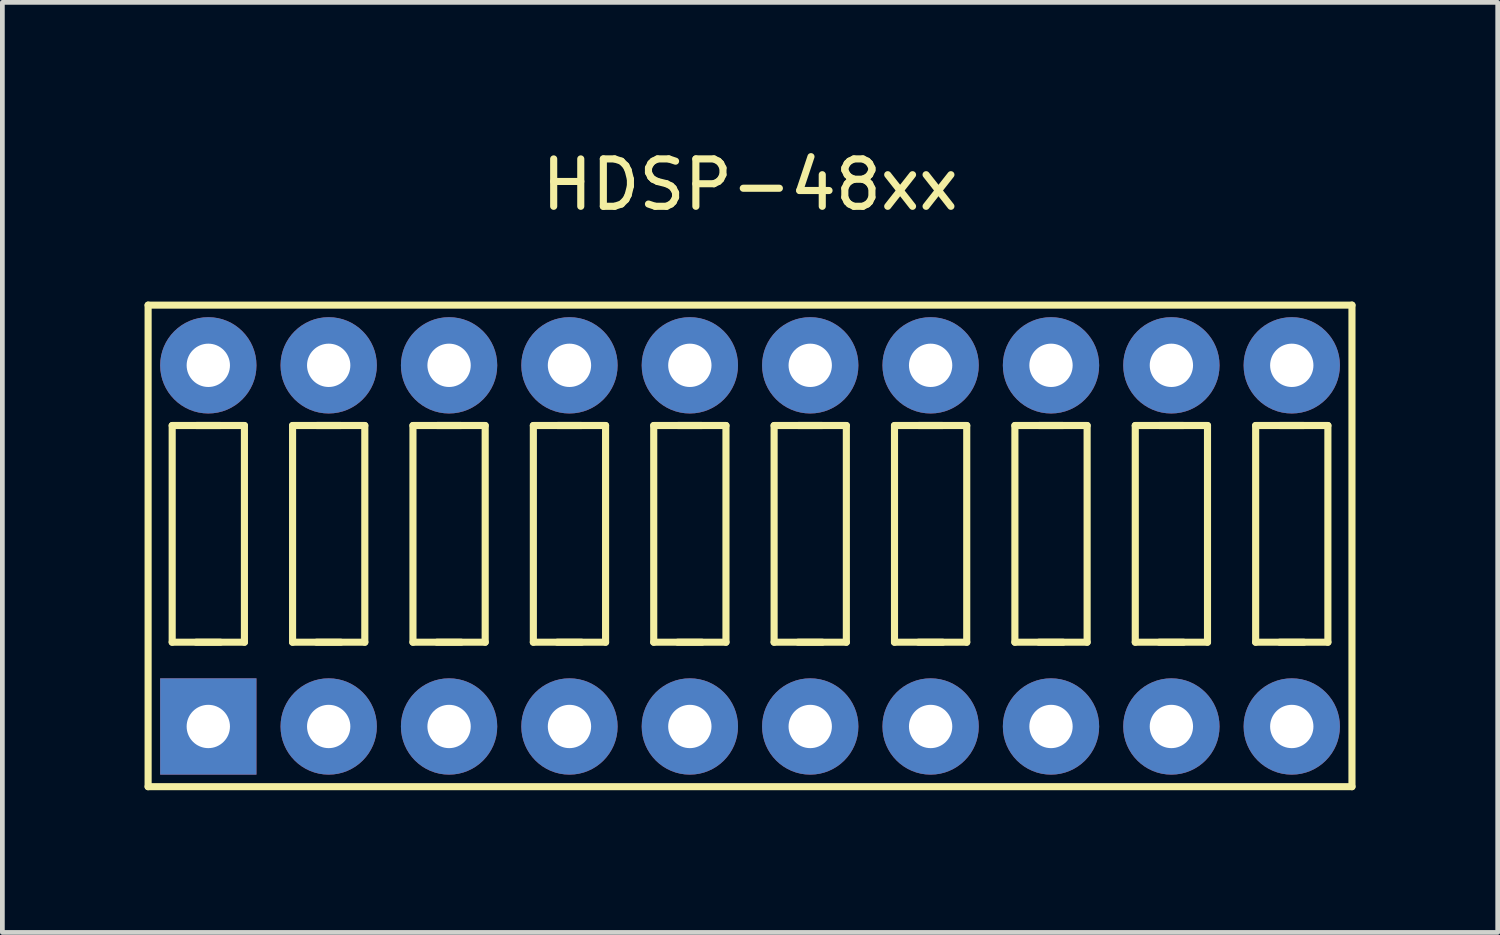
<source format=kicad_pcb>
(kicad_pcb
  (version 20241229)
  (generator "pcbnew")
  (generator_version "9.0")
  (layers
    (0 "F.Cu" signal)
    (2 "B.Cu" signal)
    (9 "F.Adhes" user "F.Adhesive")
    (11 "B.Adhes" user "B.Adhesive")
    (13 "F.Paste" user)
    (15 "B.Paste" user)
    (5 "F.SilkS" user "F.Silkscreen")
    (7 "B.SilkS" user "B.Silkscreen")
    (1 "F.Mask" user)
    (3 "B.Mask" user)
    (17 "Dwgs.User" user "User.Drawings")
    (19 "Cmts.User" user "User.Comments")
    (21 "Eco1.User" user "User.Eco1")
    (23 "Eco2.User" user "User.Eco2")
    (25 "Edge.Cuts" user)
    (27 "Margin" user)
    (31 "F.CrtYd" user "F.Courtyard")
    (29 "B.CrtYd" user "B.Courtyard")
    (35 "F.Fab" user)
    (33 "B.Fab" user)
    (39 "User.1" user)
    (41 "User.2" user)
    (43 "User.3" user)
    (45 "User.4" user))
  (footprint "HDSP-48xx"
    (layer "F.Cu")
    (at 12.775 8.468)
    (property "Reference" "HDSP-48xx" (at 0 -7.62 0) (layer "F.SilkS") (effects (font (size 1 1) (thickness 0.15))))
    (attr through_hole)
    (fp_line (start -12.7 -5.08) (end 12.7 -5.08) (stroke (width 0.15) (type solid)) (layer "F.SilkS"))
    (fp_line (start -12.7 5.08) (end -12.7 -5.08) (stroke (width 0.15) (type solid)) (layer "F.SilkS"))
    (fp_line (start -12.192 -2.54) (end -10.668 -2.54) (stroke (width 0.15) (type solid)) (layer "F.SilkS"))
    (fp_line (start -12.192 2.032) (end -12.192 -2.54) (stroke (width 0.15) (type solid)) (layer "F.SilkS"))
    (fp_line (start -11.684 -2.54) (end -11.176 -2.54) (stroke (width 0.15) (type solid)) (layer "F.SilkS"))
    (fp_line (start -11.176 2.032) (end -11.684 2.032) (stroke (width 0.15) (type solid)) (layer "F.SilkS"))
    (fp_line (start -10.668 -2.54) (end -10.668 2.032) (stroke (width 0.15) (type solid)) (layer "F.SilkS"))
    (fp_line (start -10.668 2.032) (end -12.192 2.032) (stroke (width 0.15) (type solid)) (layer "F.SilkS"))
    (fp_line (start -9.652 -2.54) (end -8.128 -2.54) (stroke (width 0.15) (type solid)) (layer "F.SilkS"))
    (fp_line (start -9.652 2.032) (end -9.652 -2.54) (stroke (width 0.15) (type solid)) (layer "F.SilkS"))
    (fp_line (start -9.144 2.032) (end -8.636 2.032) (stroke (width 0.15) (type solid)) (layer "F.SilkS"))
    (fp_line (start -8.636 -2.54) (end -9.144 -2.54) (stroke (width 0.15) (type solid)) (layer "F.SilkS"))
    (fp_line (start -8.128 -2.54) (end -8.128 2.032) (stroke (width 0.15) (type solid)) (layer "F.SilkS"))
    (fp_line (start -8.128 2.032) (end -9.652 2.032) (stroke (width 0.15) (type solid)) (layer "F.SilkS"))
    (fp_line (start -7.112 -2.54) (end -5.588 -2.54) (stroke (width 0.15) (type solid)) (layer "F.SilkS"))
    (fp_line (start -7.112 2.032) (end -7.112 -2.54) (stroke (width 0.15) (type solid)) (layer "F.SilkS"))
    (fp_line (start -6.604 2.032) (end -6.096 2.032) (stroke (width 0.15) (type solid)) (layer "F.SilkS"))
    (fp_line (start -6.096 -2.54) (end -6.604 -2.54) (stroke (width 0.15) (type solid)) (layer "F.SilkS"))
    (fp_line (start -5.588 -2.54) (end -5.588 2.032) (stroke (width 0.15) (type solid)) (layer "F.SilkS"))
    (fp_line (start -5.588 2.032) (end -7.112 2.032) (stroke (width 0.15) (type solid)) (layer "F.SilkS"))
    (fp_line (start -4.572 -2.54) (end -4.572 2.032) (stroke (width 0.15) (type solid)) (layer "F.SilkS"))
    (fp_line (start -4.572 2.032) (end -3.048 2.032) (stroke (width 0.15) (type solid)) (layer "F.SilkS"))
    (fp_line (start -4.064 2.032) (end -3.556 2.032) (stroke (width 0.15) (type solid)) (layer "F.SilkS"))
    (fp_line (start -3.556 -2.54) (end -4.064 -2.54) (stroke (width 0.15) (type solid)) (layer "F.SilkS"))
    (fp_line (start -3.048 -2.54) (end -4.572 -2.54) (stroke (width 0.15) (type solid)) (layer "F.SilkS"))
    (fp_line (start -3.048 2.032) (end -3.048 -2.54) (stroke (width 0.15) (type solid)) (layer "F.SilkS"))
    (fp_line (start -2.032 -2.54) (end -0.508 -2.54) (stroke (width 0.15) (type solid)) (layer "F.SilkS"))
    (fp_line (start -2.032 2.032) (end -2.032 -2.54) (stroke (width 0.15) (type solid)) (layer "F.SilkS"))
    (fp_line (start -1.524 2.032) (end -1.016 2.032) (stroke (width 0.15) (type solid)) (layer "F.SilkS"))
    (fp_line (start -1.016 -2.54) (end -1.524 -2.54) (stroke (width 0.15) (type solid)) (layer "F.SilkS"))
    (fp_line (start -0.508 -2.54) (end -0.508 2.032) (stroke (width 0.15) (type solid)) (layer "F.SilkS"))
    (fp_line (start -0.508 2.032) (end -2.032 2.032) (stroke (width 0.15) (type solid)) (layer "F.SilkS"))
    (fp_line (start 0.508 -2.54) (end 2.032 -2.54) (stroke (width 0.15) (type solid)) (layer "F.SilkS"))
    (fp_line (start 0.508 2.032) (end 0.508 -2.54) (stroke (width 0.15) (type solid)) (layer "F.SilkS"))
    (fp_line (start 1.016 2.032) (end 1.524 2.032) (stroke (width 0.15) (type solid)) (layer "F.SilkS"))
    (fp_line (start 1.524 -2.54) (end 1.016 -2.54) (stroke (width 0.15) (type solid)) (layer "F.SilkS"))
    (fp_line (start 2.032 -2.54) (end 2.032 2.032) (stroke (width 0.15) (type solid)) (layer "F.SilkS"))
    (fp_line (start 2.032 2.032) (end 0.508 2.032) (stroke (width 0.15) (type solid)) (layer "F.SilkS"))
    (fp_line (start 3.048 -2.54) (end 4.572 -2.54) (stroke (width 0.15) (type solid)) (layer "F.SilkS"))
    (fp_line (start 3.048 2.032) (end 3.048 -2.54) (stroke (width 0.15) (type solid)) (layer "F.SilkS"))
    (fp_line (start 3.556 2.032) (end 4.064 2.032) (stroke (width 0.15) (type solid)) (layer "F.SilkS"))
    (fp_line (start 4.064 -2.54) (end 3.556 -2.54) (stroke (width 0.15) (type solid)) (layer "F.SilkS"))
    (fp_line (start 4.572 -2.54) (end 4.572 2.032) (stroke (width 0.15) (type solid)) (layer "F.SilkS"))
    (fp_line (start 4.572 2.032) (end 3.048 2.032) (stroke (width 0.15) (type solid)) (layer "F.SilkS"))
    (fp_line (start 5.588 -2.54) (end 7.112 -2.54) (stroke (width 0.15) (type solid)) (layer "F.SilkS"))
    (fp_line (start 5.588 2.032) (end 5.588 -2.54) (stroke (width 0.15) (type solid)) (layer "F.SilkS"))
    (fp_line (start 6.096 2.032) (end 6.604 2.032) (stroke (width 0.15) (type solid)) (layer "F.SilkS"))
    (fp_line (start 6.604 -2.54) (end 6.096 -2.54) (stroke (width 0.15) (type solid)) (layer "F.SilkS"))
    (fp_line (start 7.112 -2.54) (end 7.112 2.032) (stroke (width 0.15) (type solid)) (layer "F.SilkS"))
    (fp_line (start 7.112 2.032) (end 5.588 2.032) (stroke (width 0.15) (type solid)) (layer "F.SilkS"))
    (fp_line (start 8.128 -2.54) (end 9.652 -2.54) (stroke (width 0.15) (type solid)) (layer "F.SilkS"))
    (fp_line (start 8.128 2.032) (end 8.128 -2.54) (stroke (width 0.15) (type solid)) (layer "F.SilkS"))
    (fp_line (start 8.636 2.032) (end 9.144 2.032) (stroke (width 0.15) (type solid)) (layer "F.SilkS"))
    (fp_line (start 9.144 -2.54) (end 8.636 -2.54) (stroke (width 0.15) (type solid)) (layer "F.SilkS"))
    (fp_line (start 9.652 -2.54) (end 9.652 2.032) (stroke (width 0.15) (type solid)) (layer "F.SilkS"))
    (fp_line (start 9.652 2.032) (end 8.128 2.032) (stroke (width 0.15) (type solid)) (layer "F.SilkS"))
    (fp_line (start 10.668 -2.54) (end 12.192 -2.54) (stroke (width 0.15) (type solid)) (layer "F.SilkS"))
    (fp_line (start 10.668 2.032) (end 10.668 -2.54) (stroke (width 0.15) (type solid)) (layer "F.SilkS"))
    (fp_line (start 11.176 2.032) (end 11.684 2.032) (stroke (width 0.15) (type solid)) (layer "F.SilkS"))
    (fp_line (start 11.684 -2.54) (end 11.176 -2.54) (stroke (width 0.15) (type solid)) (layer "F.SilkS"))
    (fp_line (start 12.192 -2.54) (end 12.192 2.032) (stroke (width 0.15) (type solid)) (layer "F.SilkS"))
    (fp_line (start 12.192 2.032) (end 10.668 2.032) (stroke (width 0.15) (type solid)) (layer "F.SilkS"))
    (fp_line (start 12.7 -5.08) (end 12.7 5.08) (stroke (width 0.15) (type solid)) (layer "F.SilkS"))
    (fp_line (start 12.7 5.08) (end -12.7 5.08) (stroke (width 0.15) (type solid)) (layer "F.SilkS"))
    (pad "1" thru_hole rect (at -11.43 3.81) (size 2.032 2.032) (drill 0.914) (layers "*.Cu" "*.Mask"))
    (pad "2" thru_hole circle (at -8.89 3.81) (size 2.032 2.032) (drill 0.914) (layers "*.Cu" "*.Mask"))
    (pad "3" thru_hole circle (at -6.35 3.81) (size 2.032 2.032) (drill 0.914) (layers "*.Cu" "*.Mask"))
    (pad "4" thru_hole circle (at -3.81 3.81) (size 2.032 2.032) (drill 0.914) (layers "*.Cu" "*.Mask"))
    (pad "5" thru_hole circle (at -1.27 3.81) (size 2.032 2.032) (drill 0.914) (layers "*.Cu" "*.Mask"))
    (pad "6" thru_hole circle (at 1.27 3.81) (size 2.032 2.032) (drill 0.914) (layers "*.Cu" "*.Mask"))
    (pad "7" thru_hole circle (at 3.81 3.81) (size 2.032 2.032) (drill 0.914) (layers "*.Cu" "*.Mask"))
    (pad "8" thru_hole circle (at 6.35 3.81) (size 2.032 2.032) (drill 0.914) (layers "*.Cu" "*.Mask"))
    (pad "9" thru_hole circle (at 8.89 3.81) (size 2.032 2.032) (drill 0.914) (layers "*.Cu" "*.Mask"))
    (pad "10" thru_hole circle (at 11.43 3.81) (size 2.032 2.032) (drill 0.914) (layers "*.Cu" "*.Mask"))
    (pad "11" thru_hole circle (at 11.43 -3.81) (size 2.032 2.032) (drill 0.914) (layers "*.Cu" "*.Mask"))
    (pad "12" thru_hole circle (at 8.89 -3.81) (size 2.032 2.032) (drill 0.914) (layers "*.Cu" "*.Mask"))
    (pad "13" thru_hole circle (at 6.35 -3.81) (size 2.032 2.032) (drill 0.914) (layers "*.Cu" "*.Mask"))
    (pad "14" thru_hole circle (at 3.81 -3.81) (size 2.032 2.032) (drill 0.914) (layers "*.Cu" "*.Mask"))
    (pad "15" thru_hole circle (at 1.27 -3.81) (size 2.032 2.032) (drill 0.914) (layers "*.Cu" "*.Mask"))
    (pad "16" thru_hole circle (at -1.27 -3.81) (size 2.032 2.032) (drill 0.914) (layers "*.Cu" "*.Mask"))
    (pad "17" thru_hole circle (at -3.81 -3.81) (size 2.032 2.032) (drill 0.914) (layers "*.Cu" "*.Mask"))
    (pad "18" thru_hole circle (at -6.35 -3.81) (size 2.032 2.032) (drill 0.914) (layers "*.Cu" "*.Mask"))
    (pad "19" thru_hole circle (at -8.89 -3.81) (size 2.032 2.032) (drill 0.914) (layers "*.Cu" "*.Mask"))
    (pad "20" thru_hole circle (at -11.43 -3.81) (size 2.032 2.032) (drill 0.914) (layers "*.Cu" "*.Mask")))
  (gr_rect
    (start -3 -3)
    (end 28.55 16.623)
    (stroke (width 0.1) (type default))
    (fill no)
    (layer "Edge.Cuts")))
</source>
